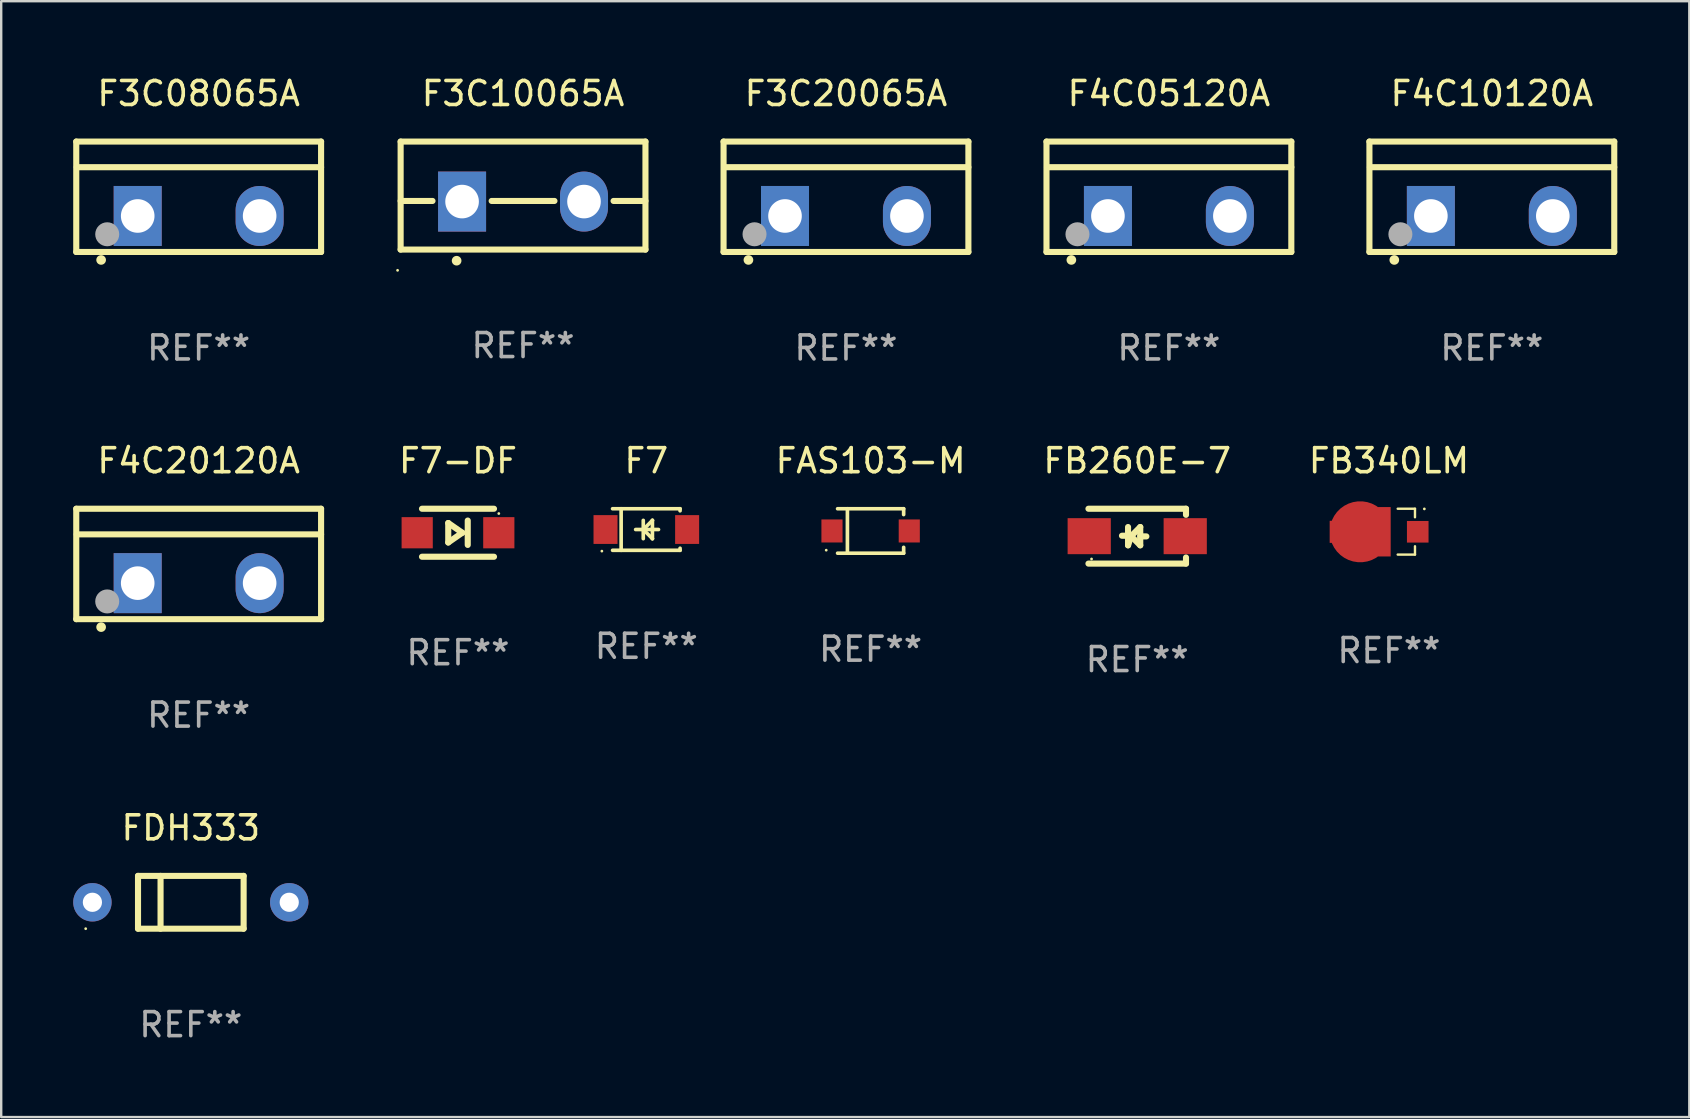
<source format=kicad_pcb>
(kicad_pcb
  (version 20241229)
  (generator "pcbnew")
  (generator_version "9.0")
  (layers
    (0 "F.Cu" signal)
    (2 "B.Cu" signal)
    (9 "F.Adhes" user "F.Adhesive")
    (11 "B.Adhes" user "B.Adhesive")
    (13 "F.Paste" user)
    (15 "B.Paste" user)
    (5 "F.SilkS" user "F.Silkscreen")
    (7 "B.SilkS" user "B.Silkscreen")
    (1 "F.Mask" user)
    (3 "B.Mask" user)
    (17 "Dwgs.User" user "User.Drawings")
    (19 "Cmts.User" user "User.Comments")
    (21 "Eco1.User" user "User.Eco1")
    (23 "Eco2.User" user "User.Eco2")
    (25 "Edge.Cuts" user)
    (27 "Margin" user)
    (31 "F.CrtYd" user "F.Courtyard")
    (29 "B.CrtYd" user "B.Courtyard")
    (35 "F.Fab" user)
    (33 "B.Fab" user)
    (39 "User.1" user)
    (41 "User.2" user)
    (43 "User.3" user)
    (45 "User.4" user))
  (footprint "F4C05120A"
    (layer "F.Cu")
    (at 45.649 5.148)
    (property "Reference" "F4C05120A" (at 0 -4.3 0) (layer "F.SilkS") (effects (font (size 1 1) (thickness 0.15))))
    (attr through_hole)
    (fp_line (start -5.1 -2.3) (end -5.1 2.3) (stroke (width 0.254) (type solid)) (layer "F.SilkS"))
    (fp_line (start -5.1 2.3) (end 5.1 2.3) (stroke (width 0.254) (type solid)) (layer "F.SilkS"))
    (fp_line (start -5.08 -1.232) (end 5.1 -1.232) (stroke (width 0.254) (type solid)) (layer "F.SilkS"))
    (fp_line (start 5.1 -2.3) (end -5.1 -2.3) (stroke (width 0.254) (type solid)) (layer "F.SilkS"))
    (fp_line (start 5.1 -2.3) (end 5.1 2.3) (stroke (width 0.254) (type solid)) (layer "F.SilkS"))
    (fp_arc (start -4.065278 2.632004) (mid -4.064008 2.632) (end -4.062738 2.632004) (stroke (width 0.4) (type solid)) (layer "F.SilkS"))
    (fp_circle (center -5.1 2.32) (end -5.07 2.32) (stroke (width 0.06) (type solid)) (fill no) (layer "F.SilkS"))
    (fp_circle (center -3.81 1.562) (end -3.56 1.562) (stroke (width 0.5) (type solid)) (fill no) (layer "F.Fab"))
    (fp_text user "REF**" (at 0 6.3 0) (layer "F.Fab") (effects (font (size 1 1) (thickness 0.15))))
    (pad "1" thru_hole rect (at -2.54 0.8) (size 2 2.5) (drill 1.4) (layers "*.Cu" "*.Mask"))
    (pad "2" thru_hole oval (at 2.54 0.8) (size 2 2.5) (drill 1.4) (layers "*.Cu" "*.Mask")))
  (footprint "F3C20065A"
    (layer "F.Cu")
    (at 32.195 5.148)
    (property "Reference" "F3C20065A" (at 0 -4.3 0) (layer "F.SilkS") (effects (font (size 1 1) (thickness 0.15))))
    (attr through_hole)
    (fp_line (start -5.1 -2.3) (end -5.1 2.3) (stroke (width 0.254) (type solid)) (layer "F.SilkS"))
    (fp_line (start -5.1 2.3) (end 5.1 2.3) (stroke (width 0.254) (type solid)) (layer "F.SilkS"))
    (fp_line (start -5.08 -1.232) (end 5.1 -1.232) (stroke (width 0.254) (type solid)) (layer "F.SilkS"))
    (fp_line (start 5.1 -2.3) (end -5.1 -2.3) (stroke (width 0.254) (type solid)) (layer "F.SilkS"))
    (fp_line (start 5.1 -2.3) (end 5.1 2.3) (stroke (width 0.254) (type solid)) (layer "F.SilkS"))
    (fp_arc (start -4.065278 2.632004) (mid -4.064008 2.632) (end -4.062738 2.632004) (stroke (width 0.4) (type solid)) (layer "F.SilkS"))
    (fp_circle (center -5.1 2.32) (end -5.07 2.32) (stroke (width 0.06) (type solid)) (fill no) (layer "F.SilkS"))
    (fp_circle (center -3.81 1.562) (end -3.56 1.562) (stroke (width 0.5) (type solid)) (fill no) (layer "F.Fab"))
    (fp_text user "REF**" (at 0 6.3 0) (layer "F.Fab") (effects (font (size 1 1) (thickness 0.15))))
    (pad "1" thru_hole rect (at -2.54 0.8) (size 2 2.5) (drill 1.4) (layers "*.Cu" "*.Mask"))
    (pad "2" thru_hole oval (at 2.54 0.8) (size 2 2.5) (drill 1.4) (layers "*.Cu" "*.Mask")))
  (footprint "F7"
    (layer "F.Cu")
    (at 23.877 19.011)
    (property "Reference" "F7" (at 0 -2.866 0) (layer "F.SilkS") (effects (font (size 1 1) (thickness 0.15))))
    (attr through_hole)
    (fp_line (start -1.406 -0.866) (end 1.406 -0.866) (stroke (width 0.152) (type solid)) (layer "F.SilkS"))
    (fp_line (start -1.406 0.866) (end 1.406 0.866) (stroke (width 0.152) (type solid)) (layer "F.SilkS"))
    (fp_line (start -1.049 -0.866) (end -1.049 0.866) (stroke (width 0.152) (type solid)) (layer "F.SilkS"))
    (fp_line (start -0.445 0) (end 0.508 0) (stroke (width 0.152) (type solid)) (layer "F.SilkS"))
    (fp_line (start -0.127 -0.381) (end -0.127 0.381) (stroke (width 0.152) (type solid)) (layer "F.SilkS"))
    (fp_line (start 0.254 -0.381) (end -0.127 0) (stroke (width 0.152) (type solid)) (layer "F.SilkS"))
    (fp_line (start 0.254 0.381) (end -0.127 0) (stroke (width 0.152) (type solid)) (layer "F.SilkS"))
    (fp_line (start 0.254 -0.381) (end 0.254 -0.381) (stroke (width 0.152) (type solid)) (layer "F.SilkS"))
    (fp_line (start 0.254 -0.381) (end 0.254 0.381) (stroke (width 0.152) (type solid)) (layer "F.SilkS"))
    (fp_line (start 0.254 0.381) (end 0.254 0.381) (stroke (width 0.152) (type solid)) (layer "F.SilkS"))
    (fp_line (start 1.406 -0.866) (end 1.406 -0.78) (stroke (width 0.152) (type solid)) (layer "F.SilkS"))
    (fp_line (start 1.406 0.78) (end 1.406 0.866) (stroke (width 0.152) (type solid)) (layer "F.SilkS"))
    (fp_circle (center -1.852 0.9) (end -1.822 0.9) (stroke (width 0.06) (type solid)) (fill no) (layer "F.SilkS"))
    (fp_text user "REF**" (at 0 4.866 0) (layer "F.Fab") (effects (font (size 1 1) (thickness 0.15))))
    (pad "1" smd rect (at -1.7 0) (size 1 1.2) (layers "F.Cu" "F.Mask" "F.Paste"))
    (pad "2" smd rect (at 1.7 0) (size 1 1.2) (layers "F.Cu" "F.Mask" "F.Paste")))
  (footprint "F3C08065A"
    (layer "F.Cu")
    (at 5.227 5.148)
    (property "Reference" "F3C08065A" (at 0 -4.3 0) (layer "F.SilkS") (effects (font (size 1 1) (thickness 0.15))))
    (attr through_hole)
    (fp_line (start -5.1 -2.3) (end -5.1 2.3) (stroke (width 0.254) (type solid)) (layer "F.SilkS"))
    (fp_line (start -5.1 2.3) (end 5.1 2.3) (stroke (width 0.254) (type solid)) (layer "F.SilkS"))
    (fp_line (start -5.08 -1.232) (end 5.1 -1.232) (stroke (width 0.254) (type solid)) (layer "F.SilkS"))
    (fp_line (start 5.1 -2.3) (end -5.1 -2.3) (stroke (width 0.254) (type solid)) (layer "F.SilkS"))
    (fp_line (start 5.1 -2.3) (end 5.1 2.3) (stroke (width 0.254) (type solid)) (layer "F.SilkS"))
    (fp_arc (start -4.065278 2.632004) (mid -4.064008 2.632) (end -4.062738 2.632004) (stroke (width 0.4) (type solid)) (layer "F.SilkS"))
    (fp_circle (center -5.1 2.32) (end -5.07 2.32) (stroke (width 0.06) (type solid)) (fill no) (layer "F.SilkS"))
    (fp_circle (center -3.81 1.562) (end -3.56 1.562) (stroke (width 0.5) (type solid)) (fill no) (layer "F.Fab"))
    (fp_text user "REF**" (at 0 6.3 0) (layer "F.Fab") (effects (font (size 1 1) (thickness 0.15))))
    (pad "1" thru_hole rect (at -2.54 0.8) (size 2 2.5) (drill 1.4) (layers "*.Cu" "*.Mask"))
    (pad "2" thru_hole oval (at 2.54 0.8) (size 2 2.5) (drill 1.4) (layers "*.Cu" "*.Mask")))
  (footprint "F7-DF"
    (layer "F.Cu")
    (at 16.031 19.145)
    (property "Reference" "F7-DF" (at 0 -3 0) (layer "F.SilkS") (effects (font (size 1 1) (thickness 0.15))))
    (attr through_hole)
    (fp_line (start -1.5 -1) (end 1.5 -1) (stroke (width 0.254) (type solid)) (layer "F.SilkS"))
    (fp_line (start -0.406 -0.406) (end 0.178 0) (stroke (width 0.254) (type solid)) (layer "F.SilkS"))
    (fp_line (start -0.406 0.406) (end -0.406 -0.406) (stroke (width 0.254) (type solid)) (layer "F.SilkS"))
    (fp_line (start 0.178 0) (end -0.406 0.406) (stroke (width 0.254) (type solid)) (layer "F.SilkS"))
    (fp_line (start 0.406 0.508) (end 0.406 -0.508) (stroke (width 0.254) (type solid)) (layer "F.SilkS"))
    (fp_line (start 1.5 1) (end -1.5 1) (stroke (width 0.254) (type solid)) (layer "F.SilkS"))
    (fp_circle (center 1.7 -0.8) (end 1.73 -0.8) (stroke (width 0.06) (type solid)) (fill no) (layer "F.SilkS"))
    (fp_text user "REF**" (at 0 5 0) (layer "F.Fab") (effects (font (size 1 1) (thickness 0.15))))
    (pad "1" smd rect (at 1.7 0 180) (size 1.3 1.3) (layers "F.Cu" "F.Mask" "F.Paste"))
    (pad "2" smd rect (at -1.7 0 180) (size 1.3 1.3) (layers "F.Cu" "F.Mask" "F.Paste")))
  (footprint "FB260E-7"
    (layer "F.Cu")
    (at 44.329 19.288)
    (property "Reference" "FB260E-7" (at 0 -3.143 0) (layer "F.SilkS") (effects (font (size 1 1) (thickness 0.15))))
    (attr through_hole)
    (fp_line (start -2.032 -1.143) (end 2.032 -1.143) (stroke (width 0.254) (type solid)) (layer "F.SilkS"))
    (fp_line (start -2.032 1.143) (end 2.032 1.143) (stroke (width 0.254) (type solid)) (layer "F.SilkS"))
    (fp_line (start -0.382 -0.381) (end -0.382 0.381) (stroke (width 0.254) (type solid)) (layer "F.SilkS"))
    (fp_line (start -0.382 -0.018) (end -0.635 -0.018) (stroke (width 0.254) (type solid)) (layer "F.SilkS"))
    (fp_line (start -0.382 0.381) (end -0.255 0) (stroke (width 0.254) (type solid)) (layer "F.SilkS"))
    (fp_line (start -0.255 0) (end 0.126 -0.381) (stroke (width 0.254) (type solid)) (layer "F.SilkS"))
    (fp_line (start 0.126 -0.381) (end 0.126 0.381) (stroke (width 0.254) (type solid)) (layer "F.SilkS"))
    (fp_line (start 0.126 0.01) (end 0.381 0.01) (stroke (width 0.254) (type solid)) (layer "F.SilkS"))
    (fp_line (start 0.126 0.381) (end -0.255 0) (stroke (width 0.254) (type solid)) (layer "F.SilkS"))
    (fp_line (start 2.032 -1.143) (end 2.032 -0.889) (stroke (width 0.254) (type solid)) (layer "F.SilkS"))
    (fp_line (start 2.032 1.143) (end 2.032 0.889) (stroke (width 0.254) (type solid)) (layer "F.SilkS"))
    (fp_circle (center -1.903 0.95) (end -1.873 0.95) (stroke (width 0.06) (type solid)) (fill no) (layer "F.SilkS"))
    (fp_text user "REF**" (at 0 5.143 0) (layer "F.Fab") (effects (font (size 1 1) (thickness 0.15))))
    (pad "1" smd rect (at -2 0) (size 1.8 1.5) (layers "F.Cu" "F.Mask" "F.Paste"))
    (pad "2" smd rect (at 2 0) (size 1.8 1.5) (layers "F.Cu" "F.Mask" "F.Paste")))
  (footprint "F3C10065A"
    (layer "F.Cu")
    (at 18.741 5.098)
    (property "Reference" "F3C10065A" (at 0 -4.25 0) (layer "F.SilkS") (effects (font (size 1 1) (thickness 0.15))))
    (attr through_hole)
    (fp_line (start -5.1 -2.25) (end -5.1 2.25) (stroke (width 0.254) (type solid)) (layer "F.SilkS"))
    (fp_line (start -5.1 0.224) (end -3.772 0.224) (stroke (width 0.254) (type solid)) (layer "F.SilkS"))
    (fp_line (start -5.1 2.25) (end 5.1 2.25) (stroke (width 0.254) (type solid)) (layer "F.SilkS"))
    (fp_line (start -1.308 0.224) (end 1.309 0.224) (stroke (width 0.254) (type solid)) (layer "F.SilkS"))
    (fp_line (start 3.771 0.224) (end 5.1 0.224) (stroke (width 0.254) (type solid)) (layer "F.SilkS"))
    (fp_line (start 5.1 -2.25) (end -5.1 -2.25) (stroke (width 0.254) (type solid)) (layer "F.SilkS"))
    (fp_line (start 5.1 -2.25) (end 5.1 2.25) (stroke (width 0.254) (type solid)) (layer "F.SilkS"))
    (fp_arc (start -2.768606 2.713805) (mid -2.767336 2.713801) (end -2.766066 2.713805) (stroke (width 0.4) (type solid)) (layer "F.SilkS"))
    (fp_circle (center -5.227 3.114) (end -5.197 3.114) (stroke (width 0.06) (type solid)) (fill no) (layer "F.SilkS"))
    (fp_text user "REF**" (at 0 6.25 0) (layer "F.Fab") (effects (font (size 1 1) (thickness 0.15))))
    (pad "1" thru_hole rect (at -2.54 0.25) (size 2 2.5) (drill 1.4) (layers "*.Cu" "*.Mask"))
    (pad "3" thru_hole oval (at 2.54 0.25) (size 2 2.5) (drill 1.4) (layers "*.Cu" "*.Mask")))
  (footprint "F4C10120A"
    (layer "F.Cu")
    (at 59.103 5.148)
    (property "Reference" "F4C10120A" (at 0 -4.3 0) (layer "F.SilkS") (effects (font (size 1 1) (thickness 0.15))))
    (attr through_hole)
    (fp_line (start -5.1 -2.3) (end -5.1 2.3) (stroke (width 0.254) (type solid)) (layer "F.SilkS"))
    (fp_line (start -5.1 2.3) (end 5.1 2.3) (stroke (width 0.254) (type solid)) (layer "F.SilkS"))
    (fp_line (start -5.08 -1.232) (end 5.1 -1.232) (stroke (width 0.254) (type solid)) (layer "F.SilkS"))
    (fp_line (start 5.1 -2.3) (end -5.1 -2.3) (stroke (width 0.254) (type solid)) (layer "F.SilkS"))
    (fp_line (start 5.1 -2.3) (end 5.1 2.3) (stroke (width 0.254) (type solid)) (layer "F.SilkS"))
    (fp_arc (start -4.065278 2.632004) (mid -4.064008 2.632) (end -4.062738 2.632004) (stroke (width 0.4) (type solid)) (layer "F.SilkS"))
    (fp_circle (center -5.1 2.32) (end -5.07 2.32) (stroke (width 0.06) (type solid)) (fill no) (layer "F.SilkS"))
    (fp_circle (center -3.81 1.562) (end -3.56 1.562) (stroke (width 0.5) (type solid)) (fill no) (layer "F.Fab"))
    (fp_text user "REF**" (at 0 6.3 0) (layer "F.Fab") (effects (font (size 1 1) (thickness 0.15))))
    (pad "1" thru_hole rect (at -2.54 0.8) (size 2 2.5) (drill 1.4) (layers "*.Cu" "*.Mask"))
    (pad "2" thru_hole oval (at 2.54 0.8) (size 2 2.5) (drill 1.4) (layers "*.Cu" "*.Mask")))
  (footprint "F4C20120A"
    (layer "F.Cu")
    (at 5.227 20.445)
    (property "Reference" "F4C20120A" (at 0 -4.3 0) (layer "F.SilkS") (effects (font (size 1 1) (thickness 0.15))))
    (attr through_hole)
    (fp_line (start -5.1 -2.3) (end -5.1 2.3) (stroke (width 0.254) (type solid)) (layer "F.SilkS"))
    (fp_line (start -5.1 2.3) (end 5.1 2.3) (stroke (width 0.254) (type solid)) (layer "F.SilkS"))
    (fp_line (start -5.08 -1.232) (end 5.1 -1.232) (stroke (width 0.254) (type solid)) (layer "F.SilkS"))
    (fp_line (start 5.1 -2.3) (end -5.1 -2.3) (stroke (width 0.254) (type solid)) (layer "F.SilkS"))
    (fp_line (start 5.1 -2.3) (end 5.1 2.3) (stroke (width 0.254) (type solid)) (layer "F.SilkS"))
    (fp_arc (start -4.065278 2.632004) (mid -4.064008 2.632) (end -4.062738 2.632004) (stroke (width 0.4) (type solid)) (layer "F.SilkS"))
    (fp_circle (center -5.1 2.32) (end -5.07 2.32) (stroke (width 0.06) (type solid)) (fill no) (layer "F.SilkS"))
    (fp_circle (center -3.81 1.562) (end -3.56 1.562) (stroke (width 0.5) (type solid)) (fill no) (layer "F.Fab"))
    (fp_text user "REF**" (at 0 6.3 0) (layer "F.Fab") (effects (font (size 1 1) (thickness 0.15))))
    (pad "1" thru_hole rect (at -2.54 0.8) (size 2 2.5) (drill 1.4) (layers "*.Cu" "*.Mask"))
    (pad "2" thru_hole oval (at 2.54 0.8) (size 2 2.5) (drill 1.4) (layers "*.Cu" "*.Mask")))
  (footprint "FB340LM"
    (layer "F.Cu")
    (at 54.817 19.1)
    (property "Reference" "FB340LM" (at 0 -2.955 0) (layer "F.SilkS") (effects (font (size 1 1) (thickness 0.15))))
    (attr through_hole)
    (fp_line (start 0.364 -0.955) (end 1.084 -0.955) (stroke (width 0.1) (type solid)) (layer "F.SilkS"))
    (fp_line (start 1.084 -0.955) (end 1.084 -0.599) (stroke (width 0.1) (type solid)) (layer "F.SilkS"))
    (fp_line (start 1.084 0.609) (end 1.084 0.955) (stroke (width 0.1) (type solid)) (layer "F.SilkS"))
    (fp_line (start 1.084 0.955) (end 0.364 0.955) (stroke (width 0.1) (type solid)) (layer "F.SilkS"))
    (fp_circle (center 1.474 -0.948) (end 1.504 -0.948) (stroke (width 0.06) (type solid)) (fill no) (layer "F.SilkS"))
    (fp_text user "REF**" (at 0 4.955 0) (layer "F.Fab") (effects (font (size 1 1) (thickness 0.15))))
    (pad "1" smd rect (at 1.199 0.005) (size 0.9 0.9) (layers "F.Cu" "F.Mask" "F.Paste"))
    (pad "2" smd custom (at -1.199 0.005) (size 2.541 2.057) (layers "F.Cu" "F.Mask" "F.Paste") (options (anchor circle)) (primitives (gr_poly (pts (xy 1.271 -1.029) (xy -0.614 -1.029) (xy -0.614 -0.458) (xy -1.271 -0.458) (xy -1.271 0.461) (xy -0.618 0.461) (xy -0.618 1.029) (xy 1.271 1.029) (xy 1.271 0.639)) (width 0) (fill yes)))))
  (footprint "FDH333"
    (layer "F.Cu")
    (at 4.9 34.541)
    (property "Reference" "FDH333" (at 0 -3.1 0) (layer "F.SilkS") (effects (font (size 1 1) (thickness 0.15))))
    (attr through_hole)
    (fp_line (start -2.2 -1.1) (end -2.2 1.1) (stroke (width 0.254) (type solid)) (layer "F.SilkS"))
    (fp_line (start -2.2 -1.1) (end 2.2 -1.1) (stroke (width 0.254) (type solid)) (layer "F.SilkS"))
    (fp_line (start -2.2 1.1) (end 2.2 1.1) (stroke (width 0.254) (type solid)) (layer "F.SilkS"))
    (fp_line (start -1.261 -1.1) (end -1.261 1.1) (stroke (width 0.254) (type solid)) (layer "F.SilkS"))
    (fp_line (start 2.2 -1.1) (end 2.2 1.1) (stroke (width 0.254) (type solid)) (layer "F.SilkS"))
    (fp_circle (center -4.38 1.1) (end -4.35 1.1) (stroke (width 0.06) (type solid)) (fill no) (layer "F.SilkS"))
    (fp_text user "REF**" (at 0 5.1 0) (layer "F.Fab") (effects (font (size 1 1) (thickness 0.15))))
    (pad "1" thru_hole circle (at -4.1 0) (size 1.6 1.6) (drill 0.8) (layers "*.Cu" "*.Mask"))
    (pad "2" thru_hole circle (at 4.1 0) (size 1.6 1.6) (drill 0.8) (layers "*.Cu" "*.Mask")))
  (footprint "FAS103-M"
    (layer "F.Cu")
    (at 33.222 19.071)
    (property "Reference" "FAS103-M" (at 0 -2.926 0) (layer "F.SilkS") (effects (font (size 1 1) (thickness 0.15))))
    (attr through_hole)
    (fp_line (start -1.376 -0.926) (end 1.376 -0.926) (stroke (width 0.152) (type solid)) (layer "F.SilkS"))
    (fp_line (start -1.376 0.926) (end 1.376 0.926) (stroke (width 0.152) (type solid)) (layer "F.SilkS"))
    (fp_line (start -0.967 -0.926) (end -0.967 0.926) (stroke (width 0.152) (type solid)) (layer "F.SilkS"))
    (fp_line (start 1.376 -0.926) (end 1.376 -0.683) (stroke (width 0.152) (type solid)) (layer "F.SilkS"))
    (fp_line (start 1.376 0.926) (end 1.376 0.683) (stroke (width 0.152) (type solid)) (layer "F.SilkS"))
    (fp_circle (center -1.85 0.8) (end -1.82 0.8) (stroke (width 0.06) (type solid)) (fill no) (layer "F.SilkS"))
    (fp_text user "REF**" (at 0 4.926 0) (layer "F.Fab") (effects (font (size 1 1) (thickness 0.15))))
    (pad "1" smd rect (at -1.61 0) (size 0.88 0.96) (layers "F.Cu" "F.Mask" "F.Paste"))
    (pad "2" smd rect (at 1.61 0) (size 0.88 0.96) (layers "F.Cu" "F.Mask" "F.Paste")))
  (gr_rect
    (start -3 -3)
    (end 67.33 43.489)
    (stroke (width 0.1) (type default))
    (fill no)
    (layer "Edge.Cuts")))
</source>
